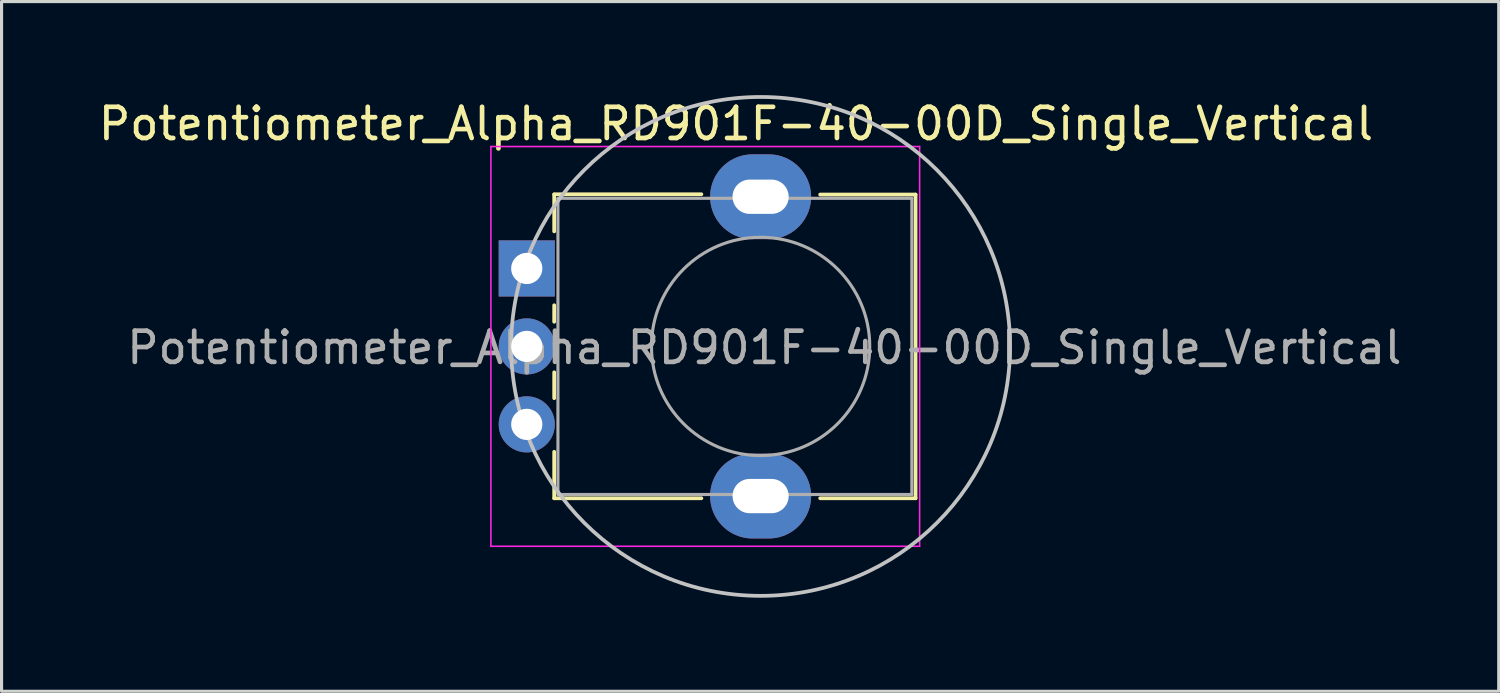
<source format=kicad_pcb>
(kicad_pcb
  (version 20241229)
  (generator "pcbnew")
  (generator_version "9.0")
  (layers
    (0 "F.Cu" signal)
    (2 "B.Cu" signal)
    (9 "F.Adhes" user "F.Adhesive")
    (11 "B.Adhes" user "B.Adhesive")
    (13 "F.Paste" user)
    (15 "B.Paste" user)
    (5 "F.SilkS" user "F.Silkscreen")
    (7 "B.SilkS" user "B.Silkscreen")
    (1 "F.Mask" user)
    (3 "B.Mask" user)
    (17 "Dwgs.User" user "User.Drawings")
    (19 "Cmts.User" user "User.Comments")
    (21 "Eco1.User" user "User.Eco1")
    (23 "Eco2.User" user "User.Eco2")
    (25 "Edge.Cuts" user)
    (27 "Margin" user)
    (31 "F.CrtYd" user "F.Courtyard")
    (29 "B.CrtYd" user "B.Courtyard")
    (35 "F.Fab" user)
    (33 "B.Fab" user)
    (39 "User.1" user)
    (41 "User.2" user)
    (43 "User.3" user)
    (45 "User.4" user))
  (footprint "Potentiometer_Alpha_RD901F-40-00D_Single_Vertical"
    (layer "F.Cu")
    (at 13.844 5.56)
    (property "Reference" "Potentiometer_Alpha_RD901F-40-00D_Single_Vertical" (at 6.71 -4.64 180) (layer "F.SilkS") (effects (font (size 1 1) (thickness 0.15))))
    (attr through_hole)
    (fp_line (start 0.88 -2.38) (end 5.6 -2.38) (stroke (width 0.12) (type solid)) (layer "F.SilkS"))
    (fp_line (start 0.88 -1.19) (end 0.88 -2.37) (stroke (width 0.12) (type solid)) (layer "F.SilkS"))
    (fp_line (start 0.88 1.71) (end 0.88 1.18) (stroke (width 0.12) (type solid)) (layer "F.SilkS"))
    (fp_line (start 0.88 4.16) (end 0.88 3.33) (stroke (width 0.12) (type solid)) (layer "F.SilkS"))
    (fp_line (start 0.88 7.37) (end 0.88 5.88) (stroke (width 0.12) (type solid)) (layer "F.SilkS"))
    (fp_line (start 0.88 7.37) (end 5.6 7.37) (stroke (width 0.12) (type solid)) (layer "F.SilkS"))
    (fp_line (start 9.41 -2.37) (end 12.47 -2.37) (stroke (width 0.12) (type solid)) (layer "F.SilkS"))
    (fp_line (start 9.41 7.37) (end 12.47 7.37) (stroke (width 0.12) (type solid)) (layer "F.SilkS"))
    (fp_line (start 12.47 7.37) (end 12.47 -2.37) (stroke (width 0.12) (type solid)) (layer "F.SilkS"))
    (fp_circle (center 7.5 2.5) (end 7.5 -5.5) (stroke (width 0.12) (type default)) (fill no) (layer "Dwgs.User"))
    (fp_line (start -1.15 -3.91) (end -1.15 8.91) (stroke (width 0.05) (type solid)) (layer "F.CrtYd"))
    (fp_line (start -1.15 8.91) (end 12.6 8.91) (stroke (width 0.05) (type solid)) (layer "F.CrtYd"))
    (fp_line (start 12.6 -3.91) (end -1.15 -3.91) (stroke (width 0.05) (type solid)) (layer "F.CrtYd"))
    (fp_line (start 12.6 8.91) (end 12.6 -3.91) (stroke (width 0.05) (type solid)) (layer "F.CrtYd"))
    (fp_line (start 1 -2.25) (end 12.35 -2.25) (stroke (width 0.1) (type solid)) (layer "F.Fab"))
    (fp_line (start 1 7.25) (end 1 -2.25) (stroke (width 0.1) (type solid)) (layer "F.Fab"))
    (fp_line (start 1 7.25) (end 12.35 7.25) (stroke (width 0.1) (type solid)) (layer "F.Fab"))
    (fp_line (start 12.35 7.25) (end 12.35 -2.25) (stroke (width 0.1) (type solid)) (layer "F.Fab"))
    (fp_circle (center 7.5 2.5) (end 7.5 -1) (stroke (width 0.1) (type solid)) (fill no) (layer "F.Fab"))
    (fp_text user "${REFERENCE}" (at 7.62 2.54 0) (layer "F.Fab") (effects (font (size 1 1) (thickness 0.15))))
    (pad "" thru_hole oval (at 7.5 -2.3 90) (size 2.72 3.24) (drill oval 1.1 1.8) (layers "*.Cu" "*.Mask"))
    (pad "" thru_hole oval (at 7.5 7.3 90) (size 2.72 3.24) (drill oval 1.1 1.8) (layers "*.Cu" "*.Mask"))
    (pad "1" thru_hole rect (at 0 0 90) (size 1.8 1.8) (drill 1) (layers "*.Cu" "*.Mask"))
    (pad "2" thru_hole circle (at 0 2.5 90) (size 1.8 1.8) (drill 1) (layers "*.Cu" "*.Mask"))
    (pad "3" thru_hole circle (at 0 5 90) (size 1.8 1.8) (drill 1) (layers "*.Cu" "*.Mask")))
  (gr_rect
    (start -3 -3)
    (end 45.017 19.12)
    (stroke (width 0.1) (type default))
    (fill no)
    (layer "Edge.Cuts")))
</source>
